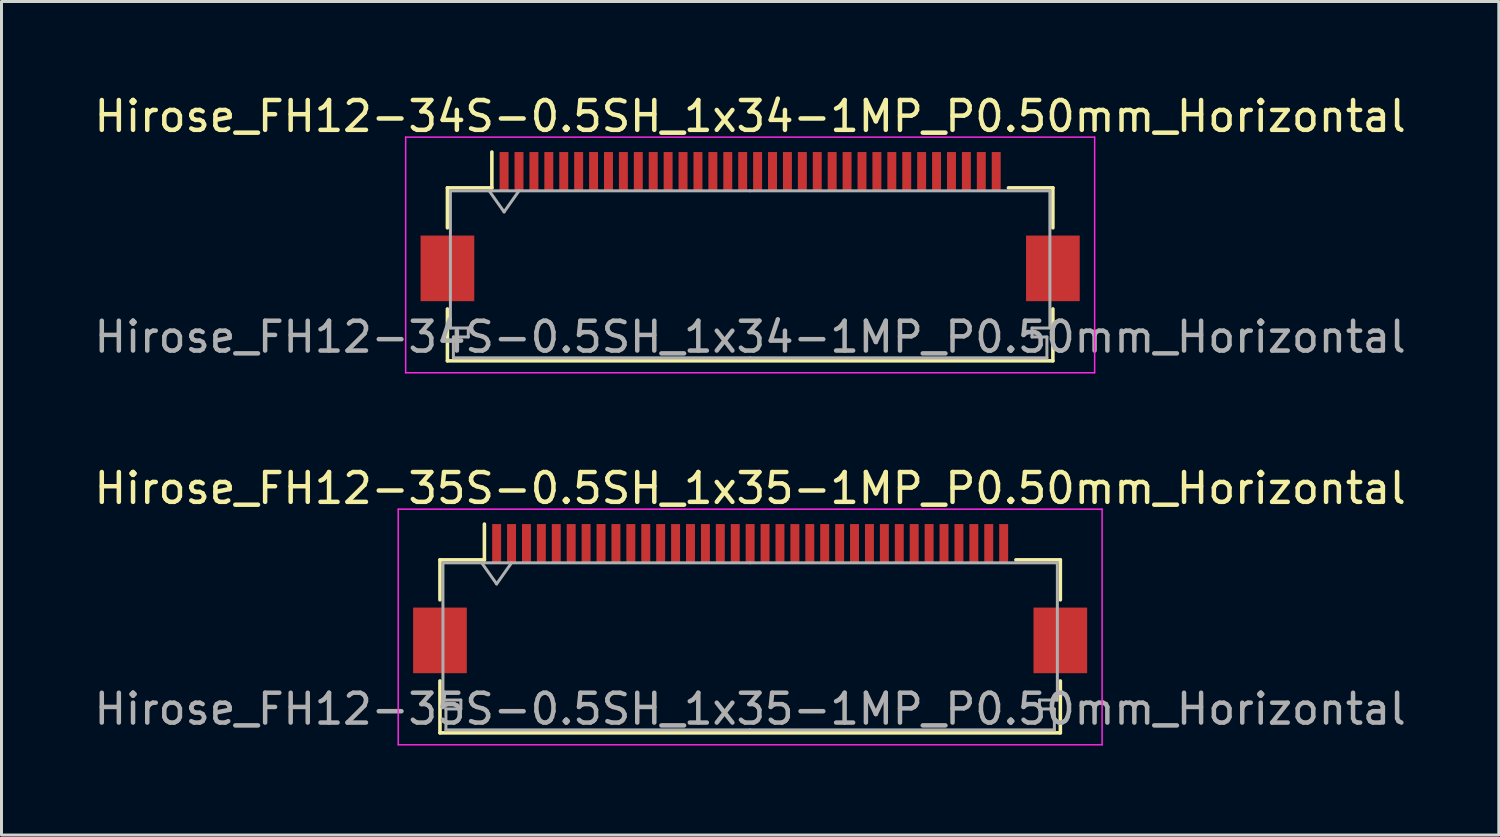
<source format=kicad_pcb>
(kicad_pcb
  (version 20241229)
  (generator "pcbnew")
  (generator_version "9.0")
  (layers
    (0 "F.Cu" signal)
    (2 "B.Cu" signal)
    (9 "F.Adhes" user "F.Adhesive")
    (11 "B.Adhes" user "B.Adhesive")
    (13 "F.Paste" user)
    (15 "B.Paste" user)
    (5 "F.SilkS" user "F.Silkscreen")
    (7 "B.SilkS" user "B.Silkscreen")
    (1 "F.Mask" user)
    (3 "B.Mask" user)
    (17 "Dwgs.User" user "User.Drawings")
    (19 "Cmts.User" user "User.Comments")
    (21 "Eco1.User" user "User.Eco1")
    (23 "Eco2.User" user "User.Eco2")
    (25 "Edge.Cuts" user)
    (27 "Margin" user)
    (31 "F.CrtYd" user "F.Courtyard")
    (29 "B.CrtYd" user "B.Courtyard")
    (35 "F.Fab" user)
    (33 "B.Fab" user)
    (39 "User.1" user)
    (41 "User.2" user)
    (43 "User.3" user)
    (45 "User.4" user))
  (footprint "Hirose_FH12-34S-0.5SH_1x34-1MP_P0.50mm_Horizontal"
    (layer "F.Cu")
    (at 22.101 4.548)
    (property "Reference" "Hirose_FH12-34S-0.5SH_1x34-1MP_P0.50mm_Horizontal" (at 0 -3.7 0) (layer "F.SilkS") (effects (font (size 1 1) (thickness 0.15))))
    (attr smd)
    (fp_line (start -10.15 -1.3) (end -10.15 0.04) (stroke (width 0.12) (type solid)) (layer "F.SilkS"))
    (fp_line (start -10.15 2.76) (end -10.15 4.5) (stroke (width 0.12) (type solid)) (layer "F.SilkS"))
    (fp_line (start -10.15 4.5) (end 10.15 4.5) (stroke (width 0.12) (type solid)) (layer "F.SilkS"))
    (fp_line (start -8.66 -1.3) (end -10.15 -1.3) (stroke (width 0.12) (type solid)) (layer "F.SilkS"))
    (fp_line (start -8.66 -1.3) (end -8.66 -2.5) (stroke (width 0.12) (type solid)) (layer "F.SilkS"))
    (fp_line (start 8.66 -1.3) (end 10.15 -1.3) (stroke (width 0.12) (type solid)) (layer "F.SilkS"))
    (fp_line (start 10.15 -1.3) (end 10.15 0.04) (stroke (width 0.12) (type solid)) (layer "F.SilkS"))
    (fp_line (start 10.15 4.5) (end 10.15 2.76) (stroke (width 0.12) (type solid)) (layer "F.SilkS"))
    (fp_line (start -11.55 -3) (end -11.55 4.9) (stroke (width 0.05) (type solid)) (layer "F.CrtYd"))
    (fp_line (start -11.55 4.9) (end 11.55 4.9) (stroke (width 0.05) (type solid)) (layer "F.CrtYd"))
    (fp_line (start 11.55 -3) (end -11.55 -3) (stroke (width 0.05) (type solid)) (layer "F.CrtYd"))
    (fp_line (start 11.55 4.9) (end 11.55 -3) (stroke (width 0.05) (type solid)) (layer "F.CrtYd"))
    (fp_line (start -10.05 -1.2) (end -10.05 3.4) (stroke (width 0.1) (type solid)) (layer "F.Fab"))
    (fp_line (start -10.05 3.4) (end -9.45 3.4) (stroke (width 0.1) (type solid)) (layer "F.Fab"))
    (fp_line (start -9.95 3.7) (end -9.95 4.4) (stroke (width 0.1) (type solid)) (layer "F.Fab"))
    (fp_line (start -9.95 4.4) (end 0 4.4) (stroke (width 0.1) (type solid)) (layer "F.Fab"))
    (fp_line (start -9.45 3.4) (end -9.45 3.7) (stroke (width 0.1) (type solid)) (layer "F.Fab"))
    (fp_line (start -9.45 3.7) (end -9.95 3.7) (stroke (width 0.1) (type solid)) (layer "F.Fab"))
    (fp_line (start -8.75 -1.2) (end -8.25 -0.493) (stroke (width 0.1) (type solid)) (layer "F.Fab"))
    (fp_line (start -8.25 -0.493) (end -7.75 -1.2) (stroke (width 0.1) (type solid)) (layer "F.Fab"))
    (fp_line (start 0 -1.2) (end -10.05 -1.2) (stroke (width 0.1) (type solid)) (layer "F.Fab"))
    (fp_line (start 0 -1.2) (end 10.05 -1.2) (stroke (width 0.1) (type solid)) (layer "F.Fab"))
    (fp_line (start 9.45 3.4) (end 9.45 3.7) (stroke (width 0.1) (type solid)) (layer "F.Fab"))
    (fp_line (start 9.45 3.7) (end 9.95 3.7) (stroke (width 0.1) (type solid)) (layer "F.Fab"))
    (fp_line (start 9.95 3.7) (end 9.95 4.4) (stroke (width 0.1) (type solid)) (layer "F.Fab"))
    (fp_line (start 9.95 4.4) (end 0 4.4) (stroke (width 0.1) (type solid)) (layer "F.Fab"))
    (fp_line (start 10.05 -1.2) (end 10.05 3.4) (stroke (width 0.1) (type solid)) (layer "F.Fab"))
    (fp_line (start 10.05 3.4) (end 9.45 3.4) (stroke (width 0.1) (type solid)) (layer "F.Fab"))
    (fp_text user "${REFERENCE}" (at 0 3.7 0) (layer "F.Fab") (effects (font (size 1 1) (thickness 0.15))))
    (pad "1" smd rect (at -8.25 -1.85) (size 0.3 1.3) (layers "F.Cu" "F.Mask" "F.Paste"))
    (pad "2" smd rect (at -7.75 -1.85) (size 0.3 1.3) (layers "F.Cu" "F.Mask" "F.Paste"))
    (pad "3" smd rect (at -7.25 -1.85) (size 0.3 1.3) (layers "F.Cu" "F.Mask" "F.Paste"))
    (pad "4" smd rect (at -6.75 -1.85) (size 0.3 1.3) (layers "F.Cu" "F.Mask" "F.Paste"))
    (pad "5" smd rect (at -6.25 -1.85) (size 0.3 1.3) (layers "F.Cu" "F.Mask" "F.Paste"))
    (pad "6" smd rect (at -5.75 -1.85) (size 0.3 1.3) (layers "F.Cu" "F.Mask" "F.Paste"))
    (pad "7" smd rect (at -5.25 -1.85) (size 0.3 1.3) (layers "F.Cu" "F.Mask" "F.Paste"))
    (pad "8" smd rect (at -4.75 -1.85) (size 0.3 1.3) (layers "F.Cu" "F.Mask" "F.Paste"))
    (pad "9" smd rect (at -4.25 -1.85) (size 0.3 1.3) (layers "F.Cu" "F.Mask" "F.Paste"))
    (pad "10" smd rect (at -3.75 -1.85) (size 0.3 1.3) (layers "F.Cu" "F.Mask" "F.Paste"))
    (pad "11" smd rect (at -3.25 -1.85) (size 0.3 1.3) (layers "F.Cu" "F.Mask" "F.Paste"))
    (pad "12" smd rect (at -2.75 -1.85) (size 0.3 1.3) (layers "F.Cu" "F.Mask" "F.Paste"))
    (pad "13" smd rect (at -2.25 -1.85) (size 0.3 1.3) (layers "F.Cu" "F.Mask" "F.Paste"))
    (pad "14" smd rect (at -1.75 -1.85) (size 0.3 1.3) (layers "F.Cu" "F.Mask" "F.Paste"))
    (pad "15" smd rect (at -1.25 -1.85) (size 0.3 1.3) (layers "F.Cu" "F.Mask" "F.Paste"))
    (pad "16" smd rect (at -0.75 -1.85) (size 0.3 1.3) (layers "F.Cu" "F.Mask" "F.Paste"))
    (pad "17" smd rect (at -0.25 -1.85) (size 0.3 1.3) (layers "F.Cu" "F.Mask" "F.Paste"))
    (pad "18" smd rect (at 0.25 -1.85) (size 0.3 1.3) (layers "F.Cu" "F.Mask" "F.Paste"))
    (pad "19" smd rect (at 0.75 -1.85) (size 0.3 1.3) (layers "F.Cu" "F.Mask" "F.Paste"))
    (pad "20" smd rect (at 1.25 -1.85) (size 0.3 1.3) (layers "F.Cu" "F.Mask" "F.Paste"))
    (pad "21" smd rect (at 1.75 -1.85) (size 0.3 1.3) (layers "F.Cu" "F.Mask" "F.Paste"))
    (pad "22" smd rect (at 2.25 -1.85) (size 0.3 1.3) (layers "F.Cu" "F.Mask" "F.Paste"))
    (pad "23" smd rect (at 2.75 -1.85) (size 0.3 1.3) (layers "F.Cu" "F.Mask" "F.Paste"))
    (pad "24" smd rect (at 3.25 -1.85) (size 0.3 1.3) (layers "F.Cu" "F.Mask" "F.Paste"))
    (pad "25" smd rect (at 3.75 -1.85) (size 0.3 1.3) (layers "F.Cu" "F.Mask" "F.Paste"))
    (pad "26" smd rect (at 4.25 -1.85) (size 0.3 1.3) (layers "F.Cu" "F.Mask" "F.Paste"))
    (pad "27" smd rect (at 4.75 -1.85) (size 0.3 1.3) (layers "F.Cu" "F.Mask" "F.Paste"))
    (pad "28" smd rect (at 5.25 -1.85) (size 0.3 1.3) (layers "F.Cu" "F.Mask" "F.Paste"))
    (pad "29" smd rect (at 5.75 -1.85) (size 0.3 1.3) (layers "F.Cu" "F.Mask" "F.Paste"))
    (pad "30" smd rect (at 6.25 -1.85) (size 0.3 1.3) (layers "F.Cu" "F.Mask" "F.Paste"))
    (pad "31" smd rect (at 6.75 -1.85) (size 0.3 1.3) (layers "F.Cu" "F.Mask" "F.Paste"))
    (pad "32" smd rect (at 7.25 -1.85) (size 0.3 1.3) (layers "F.Cu" "F.Mask" "F.Paste"))
    (pad "33" smd rect (at 7.75 -1.85) (size 0.3 1.3) (layers "F.Cu" "F.Mask" "F.Paste"))
    (pad "34" smd rect (at 8.25 -1.85) (size 0.3 1.3) (layers "F.Cu" "F.Mask" "F.Paste"))
    (pad "MP" smd rect (at -10.15 1.4) (size 1.8 2.2) (layers "F.Cu" "F.Mask" "F.Paste"))
    (pad "MP" smd rect (at 10.15 1.4) (size 1.8 2.2) (layers "F.Cu" "F.Mask" "F.Paste")))
  (footprint "Hirose_FH12-35S-0.5SH_1x35-1MP_P0.50mm_Horizontal"
    (layer "F.Cu")
    (at 22.101 17.021)
    (property "Reference" "Hirose_FH12-35S-0.5SH_1x35-1MP_P0.50mm_Horizontal" (at 0 -3.7 0) (layer "F.SilkS") (effects (font (size 1 1) (thickness 0.15))))
    (attr smd)
    (fp_line (start -10.4 -1.3) (end -10.4 0.04) (stroke (width 0.12) (type solid)) (layer "F.SilkS"))
    (fp_line (start -10.4 2.76) (end -10.4 4.5) (stroke (width 0.12) (type solid)) (layer "F.SilkS"))
    (fp_line (start -10.4 4.5) (end 10.4 4.5) (stroke (width 0.12) (type solid)) (layer "F.SilkS"))
    (fp_line (start -8.91 -1.3) (end -10.4 -1.3) (stroke (width 0.12) (type solid)) (layer "F.SilkS"))
    (fp_line (start -8.91 -1.3) (end -8.91 -2.5) (stroke (width 0.12) (type solid)) (layer "F.SilkS"))
    (fp_line (start 8.91 -1.3) (end 10.4 -1.3) (stroke (width 0.12) (type solid)) (layer "F.SilkS"))
    (fp_line (start 10.4 -1.3) (end 10.4 0.04) (stroke (width 0.12) (type solid)) (layer "F.SilkS"))
    (fp_line (start 10.4 4.5) (end 10.4 2.76) (stroke (width 0.12) (type solid)) (layer "F.SilkS"))
    (fp_line (start -11.8 -3) (end -11.8 4.9) (stroke (width 0.05) (type solid)) (layer "F.CrtYd"))
    (fp_line (start -11.8 4.9) (end 11.8 4.9) (stroke (width 0.05) (type solid)) (layer "F.CrtYd"))
    (fp_line (start 11.8 -3) (end -11.8 -3) (stroke (width 0.05) (type solid)) (layer "F.CrtYd"))
    (fp_line (start 11.8 4.9) (end 11.8 -3) (stroke (width 0.05) (type solid)) (layer "F.CrtYd"))
    (fp_line (start -10.3 -1.2) (end -10.3 3.4) (stroke (width 0.1) (type solid)) (layer "F.Fab"))
    (fp_line (start -10.3 3.4) (end -9.7 3.4) (stroke (width 0.1) (type solid)) (layer "F.Fab"))
    (fp_line (start -10.2 3.7) (end -10.2 4.4) (stroke (width 0.1) (type solid)) (layer "F.Fab"))
    (fp_line (start -10.2 4.4) (end 0 4.4) (stroke (width 0.1) (type solid)) (layer "F.Fab"))
    (fp_line (start -9.7 3.4) (end -9.7 3.7) (stroke (width 0.1) (type solid)) (layer "F.Fab"))
    (fp_line (start -9.7 3.7) (end -10.2 3.7) (stroke (width 0.1) (type solid)) (layer "F.Fab"))
    (fp_line (start -9 -1.2) (end -8.5 -0.493) (stroke (width 0.1) (type solid)) (layer "F.Fab"))
    (fp_line (start -8.5 -0.493) (end -8 -1.2) (stroke (width 0.1) (type solid)) (layer "F.Fab"))
    (fp_line (start 0 -1.2) (end -10.3 -1.2) (stroke (width 0.1) (type solid)) (layer "F.Fab"))
    (fp_line (start 0 -1.2) (end 10.3 -1.2) (stroke (width 0.1) (type solid)) (layer "F.Fab"))
    (fp_line (start 9.7 3.4) (end 9.7 3.7) (stroke (width 0.1) (type solid)) (layer "F.Fab"))
    (fp_line (start 9.7 3.7) (end 10.2 3.7) (stroke (width 0.1) (type solid)) (layer "F.Fab"))
    (fp_line (start 10.2 3.7) (end 10.2 4.4) (stroke (width 0.1) (type solid)) (layer "F.Fab"))
    (fp_line (start 10.2 4.4) (end 0 4.4) (stroke (width 0.1) (type solid)) (layer "F.Fab"))
    (fp_line (start 10.3 -1.2) (end 10.3 3.4) (stroke (width 0.1) (type solid)) (layer "F.Fab"))
    (fp_line (start 10.3 3.4) (end 9.7 3.4) (stroke (width 0.1) (type solid)) (layer "F.Fab"))
    (fp_text user "${REFERENCE}" (at 0 3.7 0) (layer "F.Fab") (effects (font (size 1 1) (thickness 0.15))))
    (pad "1" smd rect (at -8.5 -1.85) (size 0.3 1.3) (layers "F.Cu" "F.Mask" "F.Paste"))
    (pad "2" smd rect (at -8 -1.85) (size 0.3 1.3) (layers "F.Cu" "F.Mask" "F.Paste"))
    (pad "3" smd rect (at -7.5 -1.85) (size 0.3 1.3) (layers "F.Cu" "F.Mask" "F.Paste"))
    (pad "4" smd rect (at -7 -1.85) (size 0.3 1.3) (layers "F.Cu" "F.Mask" "F.Paste"))
    (pad "5" smd rect (at -6.5 -1.85) (size 0.3 1.3) (layers "F.Cu" "F.Mask" "F.Paste"))
    (pad "6" smd rect (at -6 -1.85) (size 0.3 1.3) (layers "F.Cu" "F.Mask" "F.Paste"))
    (pad "7" smd rect (at -5.5 -1.85) (size 0.3 1.3) (layers "F.Cu" "F.Mask" "F.Paste"))
    (pad "8" smd rect (at -5 -1.85) (size 0.3 1.3) (layers "F.Cu" "F.Mask" "F.Paste"))
    (pad "9" smd rect (at -4.5 -1.85) (size 0.3 1.3) (layers "F.Cu" "F.Mask" "F.Paste"))
    (pad "10" smd rect (at -4 -1.85) (size 0.3 1.3) (layers "F.Cu" "F.Mask" "F.Paste"))
    (pad "11" smd rect (at -3.5 -1.85) (size 0.3 1.3) (layers "F.Cu" "F.Mask" "F.Paste"))
    (pad "12" smd rect (at -3 -1.85) (size 0.3 1.3) (layers "F.Cu" "F.Mask" "F.Paste"))
    (pad "13" smd rect (at -2.5 -1.85) (size 0.3 1.3) (layers "F.Cu" "F.Mask" "F.Paste"))
    (pad "14" smd rect (at -2 -1.85) (size 0.3 1.3) (layers "F.Cu" "F.Mask" "F.Paste"))
    (pad "15" smd rect (at -1.5 -1.85) (size 0.3 1.3) (layers "F.Cu" "F.Mask" "F.Paste"))
    (pad "16" smd rect (at -1 -1.85) (size 0.3 1.3) (layers "F.Cu" "F.Mask" "F.Paste"))
    (pad "17" smd rect (at -0.5 -1.85) (size 0.3 1.3) (layers "F.Cu" "F.Mask" "F.Paste"))
    (pad "18" smd rect (at 0 -1.85) (size 0.3 1.3) (layers "F.Cu" "F.Mask" "F.Paste"))
    (pad "19" smd rect (at 0.5 -1.85) (size 0.3 1.3) (layers "F.Cu" "F.Mask" "F.Paste"))
    (pad "20" smd rect (at 1 -1.85) (size 0.3 1.3) (layers "F.Cu" "F.Mask" "F.Paste"))
    (pad "21" smd rect (at 1.5 -1.85) (size 0.3 1.3) (layers "F.Cu" "F.Mask" "F.Paste"))
    (pad "22" smd rect (at 2 -1.85) (size 0.3 1.3) (layers "F.Cu" "F.Mask" "F.Paste"))
    (pad "23" smd rect (at 2.5 -1.85) (size 0.3 1.3) (layers "F.Cu" "F.Mask" "F.Paste"))
    (pad "24" smd rect (at 3 -1.85) (size 0.3 1.3) (layers "F.Cu" "F.Mask" "F.Paste"))
    (pad "25" smd rect (at 3.5 -1.85) (size 0.3 1.3) (layers "F.Cu" "F.Mask" "F.Paste"))
    (pad "26" smd rect (at 4 -1.85) (size 0.3 1.3) (layers "F.Cu" "F.Mask" "F.Paste"))
    (pad "27" smd rect (at 4.5 -1.85) (size 0.3 1.3) (layers "F.Cu" "F.Mask" "F.Paste"))
    (pad "28" smd rect (at 5 -1.85) (size 0.3 1.3) (layers "F.Cu" "F.Mask" "F.Paste"))
    (pad "29" smd rect (at 5.5 -1.85) (size 0.3 1.3) (layers "F.Cu" "F.Mask" "F.Paste"))
    (pad "30" smd rect (at 6 -1.85) (size 0.3 1.3) (layers "F.Cu" "F.Mask" "F.Paste"))
    (pad "31" smd rect (at 6.5 -1.85) (size 0.3 1.3) (layers "F.Cu" "F.Mask" "F.Paste"))
    (pad "32" smd rect (at 7 -1.85) (size 0.3 1.3) (layers "F.Cu" "F.Mask" "F.Paste"))
    (pad "33" smd rect (at 7.5 -1.85) (size 0.3 1.3) (layers "F.Cu" "F.Mask" "F.Paste"))
    (pad "34" smd rect (at 8 -1.85) (size 0.3 1.3) (layers "F.Cu" "F.Mask" "F.Paste"))
    (pad "35" smd rect (at 8.5 -1.85) (size 0.3 1.3) (layers "F.Cu" "F.Mask" "F.Paste"))
    (pad "MP" smd rect (at -10.4 1.4) (size 1.8 2.2) (layers "F.Cu" "F.Mask" "F.Paste"))
    (pad "MP" smd rect (at 10.4 1.4) (size 1.8 2.2) (layers "F.Cu" "F.Mask" "F.Paste")))
  (gr_rect
    (start -3 -3)
    (end 47.202 24.947)
    (stroke (width 0.1) (type default))
    (fill no)
    (layer "Edge.Cuts")))
</source>
